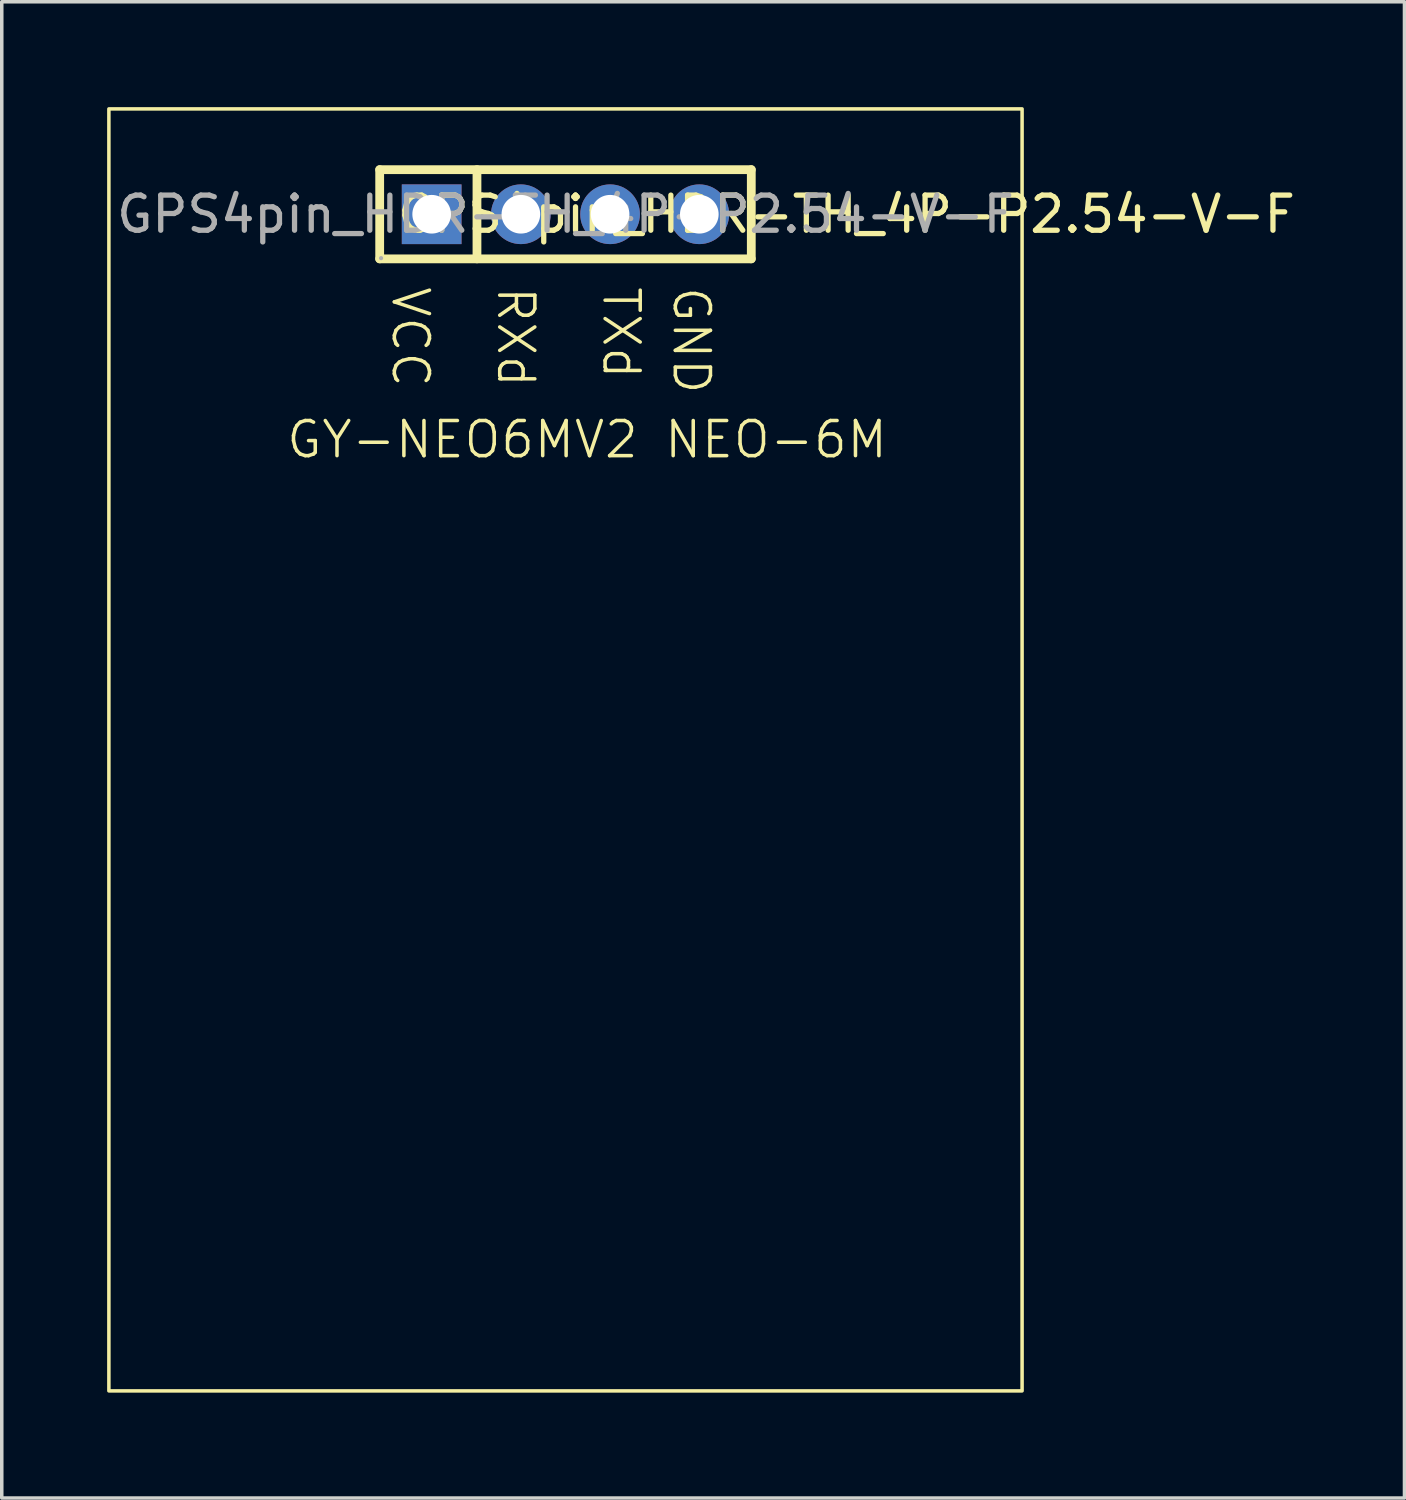
<source format=kicad_pcb>
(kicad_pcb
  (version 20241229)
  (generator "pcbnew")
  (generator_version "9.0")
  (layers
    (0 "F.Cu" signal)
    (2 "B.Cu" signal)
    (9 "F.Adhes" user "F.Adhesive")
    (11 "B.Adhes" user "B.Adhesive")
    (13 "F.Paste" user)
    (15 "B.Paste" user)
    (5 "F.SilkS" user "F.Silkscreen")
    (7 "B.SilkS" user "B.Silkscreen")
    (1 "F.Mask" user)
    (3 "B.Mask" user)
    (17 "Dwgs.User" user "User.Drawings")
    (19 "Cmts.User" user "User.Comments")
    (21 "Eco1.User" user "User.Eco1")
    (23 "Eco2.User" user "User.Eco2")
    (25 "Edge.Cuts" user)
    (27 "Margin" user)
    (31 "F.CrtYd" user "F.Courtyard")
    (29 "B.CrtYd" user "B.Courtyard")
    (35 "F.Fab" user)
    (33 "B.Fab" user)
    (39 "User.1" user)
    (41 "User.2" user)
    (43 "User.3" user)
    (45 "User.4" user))
  (footprint "GPS4pin_HDR-TH_4P-P2.54-V-F"
    (layer "F.Cu")
    (at 13.05 3.05)
    (property "Reference" "GPS4pin_HDR-TH_4P-P2.54-V-F" (at 8 0 0) (layer "F.SilkS") (effects (font (size 1 1) (thickness 0.15))))
    (attr through_hole)
    (fp_line (start -5.29 -1.27) (end -5.29 1.27) (stroke (width 0.25) (type solid)) (layer "F.SilkS"))
    (fp_line (start -5.29 -1.27) (end 5.29 -1.27) (stroke (width 0.25) (type solid)) (layer "F.SilkS"))
    (fp_line (start -5.29 1.27) (end 5.29 1.27) (stroke (width 0.25) (type solid)) (layer "F.SilkS"))
    (fp_line (start -2.52 -1.27) (end -2.52 1.27) (stroke (width 0.25) (type solid)) (layer "F.SilkS"))
    (fp_line (start 5.29 -1.27) (end 5.29 1.27) (stroke (width 0.25) (type solid)) (layer "F.SilkS"))
    (fp_rect (start -13 -3) (end 13 33.5) (stroke (width 0.1) (type solid)) (fill no) (layer "F.SilkS"))
    (fp_circle (center -5.25 1.25) (end -5.22 1.25) (stroke (width 0.06) (type solid)) (fill no) (layer "F.Fab"))
    (fp_text user "TXd" (at 1 2 270) (unlocked yes) (layer "F.SilkS") (effects (font (size 1 1) (thickness 0.1)) (justify left bottom)))
    (fp_text user "RXd" (at -2 2 270) (unlocked yes) (layer "F.SilkS") (effects (font (size 1 1) (thickness 0.1)) (justify left bottom)))
    (fp_text user "GND" (at 3 2 270) (unlocked yes) (layer "F.SilkS") (effects (font (size 1 1) (thickness 0.1)) (justify left bottom)))
    (fp_text user "GY-NEO6MV2 NEO-6M " (at -8 7 0) (unlocked yes) (layer "F.SilkS") (effects (font (size 1 1) (thickness 0.1)) (justify left bottom)))
    (fp_text user "VCC" (at -5 2 270) (unlocked yes) (layer "F.SilkS") (effects (font (size 1 1) (thickness 0.1)) (justify left bottom)))
    (fp_text user "${REFERENCE}" (at 0 0 0) (layer "F.Fab") (effects (font (size 1 1) (thickness 0.15))))
    (pad "1" thru_hole rect (at -3.81 0) (size 1.7 1.7) (drill 1.1) (layers "*.Cu" "*.Mask"))
    (pad "2" thru_hole circle (at -1.27 0) (size 1.7 1.7) (drill 1.1) (layers "*.Cu" "*.Mask"))
    (pad "3" thru_hole circle (at 1.27 0) (size 1.7 1.7) (drill 1.1) (layers "*.Cu" "*.Mask"))
    (pad "4" thru_hole circle (at 3.81 0) (size 1.7 1.7) (drill 1.1) (layers "*.Cu" "*.Mask")))
  (gr_rect
    (start -3 -3)
    (end 36.937 39.6)
    (stroke (width 0.1) (type default))
    (fill no)
    (layer "Edge.Cuts")))
</source>
